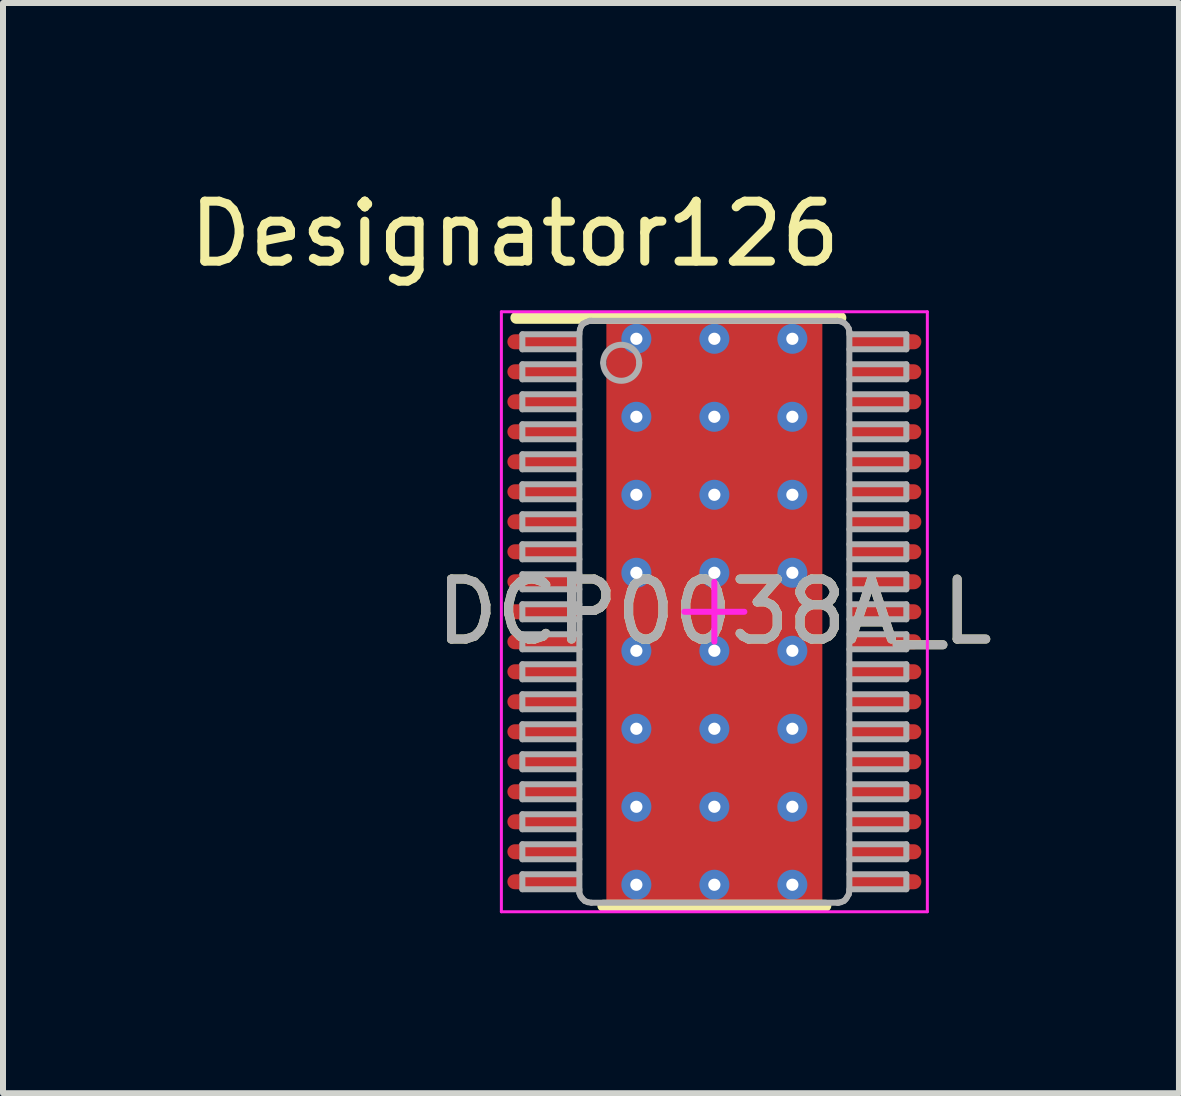
<source format=kicad_pcb>
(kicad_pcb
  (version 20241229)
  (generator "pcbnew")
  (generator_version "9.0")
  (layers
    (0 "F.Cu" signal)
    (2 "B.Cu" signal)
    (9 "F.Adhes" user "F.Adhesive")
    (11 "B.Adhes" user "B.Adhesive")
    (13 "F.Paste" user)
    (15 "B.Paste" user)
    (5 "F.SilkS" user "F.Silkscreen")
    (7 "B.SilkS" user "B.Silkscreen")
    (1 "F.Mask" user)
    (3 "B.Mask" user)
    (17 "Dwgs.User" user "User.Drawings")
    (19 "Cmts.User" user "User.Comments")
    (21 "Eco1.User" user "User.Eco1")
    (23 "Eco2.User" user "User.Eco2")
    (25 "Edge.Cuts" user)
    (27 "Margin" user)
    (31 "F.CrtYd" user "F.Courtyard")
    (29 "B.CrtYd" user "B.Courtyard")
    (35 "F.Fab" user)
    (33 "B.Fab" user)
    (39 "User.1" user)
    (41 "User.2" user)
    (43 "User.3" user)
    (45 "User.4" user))
  (footprint "DCP0038A_L"
    (layer "F.Cu")
    (at 8.857 7.147)
    (property "Reference" "DCP0038A_L" (at 0 0 0) (unlocked yes) (layer "F.SilkS") (effects (font (size 1 1) (thickness 0.15))))
    (attr smd)
    (fp_poly (pts (xy -1.45 2.307) (xy -1.45 -2.307) (xy -1.449 -2.315) (xy -1.447 -2.323) (xy -1.443 -2.331) (xy -1.437 -2.337) (xy -1.431 -2.343) (xy -1.423 -2.347) (xy -1.415 -2.349) (xy -1.407 -2.35) (xy 1.407 -2.35) (xy 1.415 -2.349) (xy 1.423 -2.347) (xy 1.431 -2.343) (xy 1.437 -2.337) (xy 1.443 -2.331) (xy 1.447 -2.323) (xy 1.449 -2.315) (xy 1.45 -2.307) (xy 1.45 2.307) (xy 1.449 2.315) (xy 1.447 2.323) (xy 1.443 2.331) (xy 1.437 2.337) (xy 1.431 2.343) (xy 1.423 2.347) (xy 1.415 2.349) (xy 1.407 2.35) (xy -1.407 2.35) (xy -1.415 2.349) (xy -1.423 2.347) (xy -1.431 2.343) (xy -1.437 2.337) (xy -1.443 2.331) (xy -1.447 2.323) (xy -1.449 2.315)) (stroke (width 0) (type solid)) (fill yes) (layer "F.Mask"))
    (fp_line (start -3.3 -4.9) (end 2.1 -4.9) (stroke (width 0.2) (type solid)) (layer "F.SilkS"))
    (fp_line (start -1.85 4.9) (end 1.85 4.9) (stroke (width 0.2) (type solid)) (layer "F.SilkS"))
    (fp_poly (pts (xy -1.45 2.307) (xy -1.45 -2.307) (xy -1.449 -2.315) (xy -1.447 -2.323) (xy -1.443 -2.331) (xy -1.437 -2.337) (xy -1.431 -2.343) (xy -1.423 -2.347) (xy -1.415 -2.349) (xy -1.407 -2.35) (xy 1.407 -2.35) (xy 1.415 -2.349) (xy 1.423 -2.347) (xy 1.431 -2.343) (xy 1.437 -2.337) (xy 1.443 -2.331) (xy 1.447 -2.323) (xy 1.449 -2.315) (xy 1.45 -2.307) (xy 1.45 2.307) (xy 1.449 2.315) (xy 1.447 2.323) (xy 1.443 2.331) (xy 1.437 2.337) (xy 1.431 2.343) (xy 1.423 2.347) (xy 1.415 2.349) (xy 1.407 2.35) (xy -1.407 2.35) (xy -1.415 2.349) (xy -1.423 2.347) (xy -1.431 2.343) (xy -1.437 2.337) (xy -1.443 2.331) (xy -1.447 2.323) (xy -1.449 2.315)) (stroke (width 0) (type solid)) (fill yes) (layer "F.Paste"))
    (fp_line (start -3.55 -5) (end 3.55 -5) (stroke (width 0.05) (type solid)) (layer "F.CrtYd"))
    (fp_line (start -3.55 5) (end -3.55 -5) (stroke (width 0.05) (type solid)) (layer "F.CrtYd"))
    (fp_line (start -3.55 5) (end 3.55 5) (stroke (width 0.05) (type solid)) (layer "F.CrtYd"))
    (fp_line (start -0.5 0) (end 0.5 0) (stroke (width 0.1) (type solid)) (layer "F.CrtYd"))
    (fp_line (start 0 0.5) (end 0 -0.5) (stroke (width 0.1) (type solid)) (layer "F.CrtYd"))
    (fp_line (start 3.55 5) (end 3.55 -5) (stroke (width 0.05) (type solid)) (layer "F.CrtYd"))
    (fp_line (start -3.2 -4.625) (end -2.25 -4.625) (stroke (width 0.1) (type solid)) (layer "F.Fab"))
    (fp_line (start -3.2 -4.375) (end -3.2 -4.625) (stroke (width 0.1) (type solid)) (layer "F.Fab"))
    (fp_line (start -3.2 -4.375) (end -2.25 -4.375) (stroke (width 0.1) (type solid)) (layer "F.Fab"))
    (fp_line (start -3.2 -4.125) (end -2.25 -4.125) (stroke (width 0.1) (type solid)) (layer "F.Fab"))
    (fp_line (start -3.2 -3.875) (end -3.2 -4.125) (stroke (width 0.1) (type solid)) (layer "F.Fab"))
    (fp_line (start -3.2 -3.875) (end -2.25 -3.875) (stroke (width 0.1) (type solid)) (layer "F.Fab"))
    (fp_line (start -3.2 -3.625) (end -2.25 -3.625) (stroke (width 0.1) (type solid)) (layer "F.Fab"))
    (fp_line (start -3.2 -3.375) (end -3.2 -3.625) (stroke (width 0.1) (type solid)) (layer "F.Fab"))
    (fp_line (start -3.2 -3.375) (end -2.25 -3.375) (stroke (width 0.1) (type solid)) (layer "F.Fab"))
    (fp_line (start -3.2 -3.125) (end -2.25 -3.125) (stroke (width 0.1) (type solid)) (layer "F.Fab"))
    (fp_line (start -3.2 -2.875) (end -3.2 -3.125) (stroke (width 0.1) (type solid)) (layer "F.Fab"))
    (fp_line (start -3.2 -2.875) (end -2.25 -2.875) (stroke (width 0.1) (type solid)) (layer "F.Fab"))
    (fp_line (start -3.2 -2.625) (end -2.25 -2.625) (stroke (width 0.1) (type solid)) (layer "F.Fab"))
    (fp_line (start -3.2 -2.375) (end -3.2 -2.625) (stroke (width 0.1) (type solid)) (layer "F.Fab"))
    (fp_line (start -3.2 -2.375) (end -2.25 -2.375) (stroke (width 0.1) (type solid)) (layer "F.Fab"))
    (fp_line (start -3.2 -2.125) (end -2.25 -2.125) (stroke (width 0.1) (type solid)) (layer "F.Fab"))
    (fp_line (start -3.2 -1.875) (end -3.2 -2.125) (stroke (width 0.1) (type solid)) (layer "F.Fab"))
    (fp_line (start -3.2 -1.875) (end -2.25 -1.875) (stroke (width 0.1) (type solid)) (layer "F.Fab"))
    (fp_line (start -3.2 -1.625) (end -2.25 -1.625) (stroke (width 0.1) (type solid)) (layer "F.Fab"))
    (fp_line (start -3.2 -1.375) (end -3.2 -1.625) (stroke (width 0.1) (type solid)) (layer "F.Fab"))
    (fp_line (start -3.2 -1.375) (end -2.25 -1.375) (stroke (width 0.1) (type solid)) (layer "F.Fab"))
    (fp_line (start -3.2 -1.125) (end -2.25 -1.125) (stroke (width 0.1) (type solid)) (layer "F.Fab"))
    (fp_line (start -3.2 -0.875) (end -3.2 -1.125) (stroke (width 0.1) (type solid)) (layer "F.Fab"))
    (fp_line (start -3.2 -0.875) (end -2.25 -0.875) (stroke (width 0.1) (type solid)) (layer "F.Fab"))
    (fp_line (start -3.2 -0.625) (end -2.25 -0.625) (stroke (width 0.1) (type solid)) (layer "F.Fab"))
    (fp_line (start -3.2 -0.375) (end -3.2 -0.625) (stroke (width 0.1) (type solid)) (layer "F.Fab"))
    (fp_line (start -3.2 -0.375) (end -2.25 -0.375) (stroke (width 0.1) (type solid)) (layer "F.Fab"))
    (fp_line (start -3.2 -0.125) (end -2.25 -0.125) (stroke (width 0.1) (type solid)) (layer "F.Fab"))
    (fp_line (start -3.2 0.125) (end -3.2 -0.125) (stroke (width 0.1) (type solid)) (layer "F.Fab"))
    (fp_line (start -3.2 0.125) (end -2.25 0.125) (stroke (width 0.1) (type solid)) (layer "F.Fab"))
    (fp_line (start -3.2 0.375) (end -2.25 0.375) (stroke (width 0.1) (type solid)) (layer "F.Fab"))
    (fp_line (start -3.2 0.625) (end -3.2 0.375) (stroke (width 0.1) (type solid)) (layer "F.Fab"))
    (fp_line (start -3.2 0.625) (end -2.25 0.625) (stroke (width 0.1) (type solid)) (layer "F.Fab"))
    (fp_line (start -3.2 0.875) (end -2.25 0.875) (stroke (width 0.1) (type solid)) (layer "F.Fab"))
    (fp_line (start -3.2 1.125) (end -3.2 0.875) (stroke (width 0.1) (type solid)) (layer "F.Fab"))
    (fp_line (start -3.2 1.125) (end -2.25 1.125) (stroke (width 0.1) (type solid)) (layer "F.Fab"))
    (fp_line (start -3.2 1.375) (end -2.25 1.375) (stroke (width 0.1) (type solid)) (layer "F.Fab"))
    (fp_line (start -3.2 1.625) (end -3.2 1.375) (stroke (width 0.1) (type solid)) (layer "F.Fab"))
    (fp_line (start -3.2 1.625) (end -2.25 1.625) (stroke (width 0.1) (type solid)) (layer "F.Fab"))
    (fp_line (start -3.2 1.875) (end -2.25 1.875) (stroke (width 0.1) (type solid)) (layer "F.Fab"))
    (fp_line (start -3.2 2.125) (end -3.2 1.875) (stroke (width 0.1) (type solid)) (layer "F.Fab"))
    (fp_line (start -3.2 2.125) (end -2.25 2.125) (stroke (width 0.1) (type solid)) (layer "F.Fab"))
    (fp_line (start -3.2 2.375) (end -2.25 2.375) (stroke (width 0.1) (type solid)) (layer "F.Fab"))
    (fp_line (start -3.2 2.625) (end -3.2 2.375) (stroke (width 0.1) (type solid)) (layer "F.Fab"))
    (fp_line (start -3.2 2.625) (end -2.25 2.625) (stroke (width 0.1) (type solid)) (layer "F.Fab"))
    (fp_line (start -3.2 2.875) (end -2.25 2.875) (stroke (width 0.1) (type solid)) (layer "F.Fab"))
    (fp_line (start -3.2 3.125) (end -3.2 2.875) (stroke (width 0.1) (type solid)) (layer "F.Fab"))
    (fp_line (start -3.2 3.125) (end -2.25 3.125) (stroke (width 0.1) (type solid)) (layer "F.Fab"))
    (fp_line (start -3.2 3.375) (end -2.25 3.375) (stroke (width 0.1) (type solid)) (layer "F.Fab"))
    (fp_line (start -3.2 3.625) (end -3.2 3.375) (stroke (width 0.1) (type solid)) (layer "F.Fab"))
    (fp_line (start -3.2 3.625) (end -2.25 3.625) (stroke (width 0.1) (type solid)) (layer "F.Fab"))
    (fp_line (start -3.2 3.875) (end -2.25 3.875) (stroke (width 0.1) (type solid)) (layer "F.Fab"))
    (fp_line (start -3.2 4.125) (end -3.2 3.875) (stroke (width 0.1) (type solid)) (layer "F.Fab"))
    (fp_line (start -3.2 4.125) (end -2.25 4.125) (stroke (width 0.1) (type solid)) (layer "F.Fab"))
    (fp_line (start -3.2 4.375) (end -2.25 4.375) (stroke (width 0.1) (type solid)) (layer "F.Fab"))
    (fp_line (start -3.2 4.625) (end -3.2 4.375) (stroke (width 0.1) (type solid)) (layer "F.Fab"))
    (fp_line (start -3.2 4.625) (end -2.25 4.625) (stroke (width 0.1) (type solid)) (layer "F.Fab"))
    (fp_line (start -2.25 -4.65) (end -2.24 -4.71) (stroke (width 0.1) (type solid)) (layer "F.Fab"))
    (fp_line (start -2.25 4.65) (end -2.25 -4.65) (stroke (width 0.1) (type solid)) (layer "F.Fab"))
    (fp_line (start -2.25 4.65) (end -2.25 4.69) (stroke (width 0.1) (type solid)) (layer "F.Fab"))
    (fp_line (start -2.25 4.69) (end -2.23 4.74) (stroke (width 0.1) (type solid)) (layer "F.Fab"))
    (fp_line (start -2.24 -4.71) (end -2.22 -4.76) (stroke (width 0.1) (type solid)) (layer "F.Fab"))
    (fp_line (start -2.23 4.74) (end -2.2 4.78) (stroke (width 0.1) (type solid)) (layer "F.Fab"))
    (fp_line (start -2.22 -4.76) (end -2.19 -4.8) (stroke (width 0.1) (type solid)) (layer "F.Fab"))
    (fp_line (start -2.2 4.78) (end -2.16 4.82) (stroke (width 0.1) (type solid)) (layer "F.Fab"))
    (fp_line (start -2.19 -4.8) (end -2.13 -4.83) (stroke (width 0.1) (type solid)) (layer "F.Fab"))
    (fp_line (start -2.16 4.82) (end -2.11 4.84) (stroke (width 0.1) (type solid)) (layer "F.Fab"))
    (fp_line (start -2.13 -4.83) (end -2.08 -4.85) (stroke (width 0.1) (type solid)) (layer "F.Fab"))
    (fp_line (start -2.11 4.84) (end -2.05 4.85) (stroke (width 0.1) (type solid)) (layer "F.Fab"))
    (fp_line (start -2.08 -4.85) (end -2.05 -4.85) (stroke (width 0.1) (type solid)) (layer "F.Fab"))
    (fp_line (start -2.05 4.85) (end 2.05 4.85) (stroke (width 0.1) (type solid)) (layer "F.Fab"))
    (fp_line (start -2.05 -4.85) (end 2.05 -4.85) (stroke (width 0.1) (type solid)) (layer "F.Fab"))
    (fp_line (start 2.05 4.85) (end 2.07 4.85) (stroke (width 0.1) (type solid)) (layer "F.Fab"))
    (fp_line (start 2.05 -4.85) (end 2.11 -4.84) (stroke (width 0.1) (type solid)) (layer "F.Fab"))
    (fp_line (start 2.07 4.85) (end 2.11 4.84) (stroke (width 0.1) (type solid)) (layer "F.Fab"))
    (fp_line (start 2.11 -4.84) (end 2.17 -4.81) (stroke (width 0.1) (type solid)) (layer "F.Fab"))
    (fp_line (start 2.11 4.84) (end 2.16 4.82) (stroke (width 0.1) (type solid)) (layer "F.Fab"))
    (fp_line (start 2.16 4.82) (end 2.19 4.79) (stroke (width 0.1) (type solid)) (layer "F.Fab"))
    (fp_line (start 2.17 -4.81) (end 2.21 -4.77) (stroke (width 0.1) (type solid)) (layer "F.Fab"))
    (fp_line (start 2.19 4.79) (end 2.21 4.76) (stroke (width 0.1) (type solid)) (layer "F.Fab"))
    (fp_line (start 2.21 -4.77) (end 2.24 -4.72) (stroke (width 0.1) (type solid)) (layer "F.Fab"))
    (fp_line (start 2.21 4.76) (end 2.24 4.71) (stroke (width 0.1) (type solid)) (layer "F.Fab"))
    (fp_line (start 2.24 -4.72) (end 2.25 -4.67) (stroke (width 0.1) (type solid)) (layer "F.Fab"))
    (fp_line (start 2.24 4.71) (end 2.25 4.65) (stroke (width 0.1) (type solid)) (layer "F.Fab"))
    (fp_line (start 2.25 4.65) (end 2.25 -4.65) (stroke (width 0.1) (type solid)) (layer "F.Fab"))
    (fp_line (start 2.25 -4.65) (end 2.25 -4.67) (stroke (width 0.1) (type solid)) (layer "F.Fab"))
    (fp_line (start 2.25 -4.625) (end 3.2 -4.625) (stroke (width 0.1) (type solid)) (layer "F.Fab"))
    (fp_line (start 2.25 -4.375) (end 3.2 -4.375) (stroke (width 0.1) (type solid)) (layer "F.Fab"))
    (fp_line (start 2.25 -4.125) (end 3.2 -4.125) (stroke (width 0.1) (type solid)) (layer "F.Fab"))
    (fp_line (start 2.25 -3.875) (end 3.2 -3.875) (stroke (width 0.1) (type solid)) (layer "F.Fab"))
    (fp_line (start 2.25 -3.625) (end 3.2 -3.625) (stroke (width 0.1) (type solid)) (layer "F.Fab"))
    (fp_line (start 2.25 -3.375) (end 3.2 -3.375) (stroke (width 0.1) (type solid)) (layer "F.Fab"))
    (fp_line (start 2.25 -3.125) (end 3.2 -3.125) (stroke (width 0.1) (type solid)) (layer "F.Fab"))
    (fp_line (start 2.25 -2.875) (end 3.2 -2.875) (stroke (width 0.1) (type solid)) (layer "F.Fab"))
    (fp_line (start 2.25 -2.625) (end 3.2 -2.625) (stroke (width 0.1) (type solid)) (layer "F.Fab"))
    (fp_line (start 2.25 -2.375) (end 3.2 -2.375) (stroke (width 0.1) (type solid)) (layer "F.Fab"))
    (fp_line (start 2.25 -2.125) (end 3.2 -2.125) (stroke (width 0.1) (type solid)) (layer "F.Fab"))
    (fp_line (start 2.25 -1.875) (end 3.2 -1.875) (stroke (width 0.1) (type solid)) (layer "F.Fab"))
    (fp_line (start 2.25 -1.625) (end 3.2 -1.625) (stroke (width 0.1) (type solid)) (layer "F.Fab"))
    (fp_line (start 2.25 -1.375) (end 3.2 -1.375) (stroke (width 0.1) (type solid)) (layer "F.Fab"))
    (fp_line (start 2.25 -1.125) (end 3.2 -1.125) (stroke (width 0.1) (type solid)) (layer "F.Fab"))
    (fp_line (start 2.25 -0.875) (end 3.2 -0.875) (stroke (width 0.1) (type solid)) (layer "F.Fab"))
    (fp_line (start 2.25 -0.625) (end 3.2 -0.625) (stroke (width 0.1) (type solid)) (layer "F.Fab"))
    (fp_line (start 2.25 -0.375) (end 3.2 -0.375) (stroke (width 0.1) (type solid)) (layer "F.Fab"))
    (fp_line (start 2.25 -0.125) (end 3.2 -0.125) (stroke (width 0.1) (type solid)) (layer "F.Fab"))
    (fp_line (start 2.25 0.125) (end 3.2 0.125) (stroke (width 0.1) (type solid)) (layer "F.Fab"))
    (fp_line (start 2.25 0.375) (end 3.2 0.375) (stroke (width 0.1) (type solid)) (layer "F.Fab"))
    (fp_line (start 2.25 0.625) (end 3.2 0.625) (stroke (width 0.1) (type solid)) (layer "F.Fab"))
    (fp_line (start 2.25 0.875) (end 3.2 0.875) (stroke (width 0.1) (type solid)) (layer "F.Fab"))
    (fp_line (start 2.25 1.125) (end 3.2 1.125) (stroke (width 0.1) (type solid)) (layer "F.Fab"))
    (fp_line (start 2.25 1.375) (end 3.2 1.375) (stroke (width 0.1) (type solid)) (layer "F.Fab"))
    (fp_line (start 2.25 1.625) (end 3.2 1.625) (stroke (width 0.1) (type solid)) (layer "F.Fab"))
    (fp_line (start 2.25 1.875) (end 3.2 1.875) (stroke (width 0.1) (type solid)) (layer "F.Fab"))
    (fp_line (start 2.25 2.125) (end 3.2 2.125) (stroke (width 0.1) (type solid)) (layer "F.Fab"))
    (fp_line (start 2.25 2.375) (end 3.2 2.375) (stroke (width 0.1) (type solid)) (layer "F.Fab"))
    (fp_line (start 2.25 2.625) (end 3.2 2.625) (stroke (width 0.1) (type solid)) (layer "F.Fab"))
    (fp_line (start 2.25 2.875) (end 3.2 2.875) (stroke (width 0.1) (type solid)) (layer "F.Fab"))
    (fp_line (start 2.25 3.125) (end 3.2 3.125) (stroke (width 0.1) (type solid)) (layer "F.Fab"))
    (fp_line (start 2.25 3.375) (end 3.2 3.375) (stroke (width 0.1) (type solid)) (layer "F.Fab"))
    (fp_line (start 2.25 3.625) (end 3.2 3.625) (stroke (width 0.1) (type solid)) (layer "F.Fab"))
    (fp_line (start 2.25 3.875) (end 3.2 3.875) (stroke (width 0.1) (type solid)) (layer "F.Fab"))
    (fp_line (start 2.25 4.125) (end 3.2 4.125) (stroke (width 0.1) (type solid)) (layer "F.Fab"))
    (fp_line (start 2.25 4.375) (end 3.2 4.375) (stroke (width 0.1) (type solid)) (layer "F.Fab"))
    (fp_line (start 2.25 4.625) (end 3.2 4.625) (stroke (width 0.1) (type solid)) (layer "F.Fab"))
    (fp_line (start 3.2 -4.375) (end 3.2 -4.625) (stroke (width 0.1) (type solid)) (layer "F.Fab"))
    (fp_line (start 3.2 -3.875) (end 3.2 -4.125) (stroke (width 0.1) (type solid)) (layer "F.Fab"))
    (fp_line (start 3.2 -3.375) (end 3.2 -3.625) (stroke (width 0.1) (type solid)) (layer "F.Fab"))
    (fp_line (start 3.2 -2.875) (end 3.2 -3.125) (stroke (width 0.1) (type solid)) (layer "F.Fab"))
    (fp_line (start 3.2 -2.375) (end 3.2 -2.625) (stroke (width 0.1) (type solid)) (layer "F.Fab"))
    (fp_line (start 3.2 -1.875) (end 3.2 -2.125) (stroke (width 0.1) (type solid)) (layer "F.Fab"))
    (fp_line (start 3.2 -1.375) (end 3.2 -1.625) (stroke (width 0.1) (type solid)) (layer "F.Fab"))
    (fp_line (start 3.2 -0.875) (end 3.2 -1.125) (stroke (width 0.1) (type solid)) (layer "F.Fab"))
    (fp_line (start 3.2 -0.375) (end 3.2 -0.625) (stroke (width 0.1) (type solid)) (layer "F.Fab"))
    (fp_line (start 3.2 0.125) (end 3.2 -0.125) (stroke (width 0.1) (type solid)) (layer "F.Fab"))
    (fp_line (start 3.2 0.625) (end 3.2 0.375) (stroke (width 0.1) (type solid)) (layer "F.Fab"))
    (fp_line (start 3.2 1.125) (end 3.2 0.875) (stroke (width 0.1) (type solid)) (layer "F.Fab"))
    (fp_line (start 3.2 1.625) (end 3.2 1.375) (stroke (width 0.1) (type solid)) (layer "F.Fab"))
    (fp_line (start 3.2 2.125) (end 3.2 1.875) (stroke (width 0.1) (type solid)) (layer "F.Fab"))
    (fp_line (start 3.2 2.625) (end 3.2 2.375) (stroke (width 0.1) (type solid)) (layer "F.Fab"))
    (fp_line (start 3.2 3.125) (end 3.2 2.875) (stroke (width 0.1) (type solid)) (layer "F.Fab"))
    (fp_line (start 3.2 3.625) (end 3.2 3.375) (stroke (width 0.1) (type solid)) (layer "F.Fab"))
    (fp_line (start 3.2 4.125) (end 3.2 3.875) (stroke (width 0.1) (type solid)) (layer "F.Fab"))
    (fp_line (start 3.2 4.625) (end 3.2 4.375) (stroke (width 0.1) (type solid)) (layer "F.Fab"))
    (fp_arc (start -1.852386 -4.149976) (mid -1.552387 -4.449976) (end -1.252388 -4.149976) (stroke (width 0.1) (type solid)) (layer "F.Fab"))
    (fp_arc (start -1.252388 -4.149976) (mid -1.552387 -3.849977) (end -1.852386 -4.149976) (stroke (width 0.1) (type solid)) (layer "F.Fab"))
    (fp_text user "Designator126" (at -3.327 -6.299 0) (unlocked yes) (layer "F.SilkS") (effects (font (size 1 1) (thickness 0.15))))
    (fp_text user "${REFERENCE}" (at 0 0 0) (unlocked yes) (layer "F.Fab") (effects (font (size 1 1) (thickness 0.15))))
    (pad "1" smd oval (at -2.85 -4.5 90) (size 0.25 1.2) (layers "F.Cu" "F.Mask" "F.Paste"))
    (pad "2" smd oval (at -2.85 -4 90) (size 0.25 1.2) (layers "F.Cu" "F.Mask" "F.Paste"))
    (pad "3" smd oval (at -2.85 -3.5 90) (size 0.25 1.2) (layers "F.Cu" "F.Mask" "F.Paste"))
    (pad "4" smd oval (at -2.85 -3 90) (size 0.25 1.2) (layers "F.Cu" "F.Mask" "F.Paste"))
    (pad "5" smd oval (at -2.85 -2.5 90) (size 0.25 1.2) (layers "F.Cu" "F.Mask" "F.Paste"))
    (pad "6" smd oval (at -2.85 -2 90) (size 0.25 1.2) (layers "F.Cu" "F.Mask" "F.Paste"))
    (pad "7" smd oval (at -2.85 -1.5 90) (size 0.25 1.2) (layers "F.Cu" "F.Mask" "F.Paste"))
    (pad "8" smd oval (at -2.85 -1 90) (size 0.25 1.2) (layers "F.Cu" "F.Mask" "F.Paste"))
    (pad "9" smd oval (at -2.85 -0.5 90) (size 0.25 1.2) (layers "F.Cu" "F.Mask" "F.Paste"))
    (pad "10" smd oval (at -2.85 0 90) (size 0.25 1.2) (layers "F.Cu" "F.Mask" "F.Paste"))
    (pad "11" smd oval (at -2.85 0.5 90) (size 0.25 1.2) (layers "F.Cu" "F.Mask" "F.Paste"))
    (pad "12" smd oval (at -2.85 1 90) (size 0.25 1.2) (layers "F.Cu" "F.Mask" "F.Paste"))
    (pad "13" smd oval (at -2.85 1.5 90) (size 0.25 1.2) (layers "F.Cu" "F.Mask" "F.Paste"))
    (pad "14" smd oval (at -2.85 2 90) (size 0.25 1.2) (layers "F.Cu" "F.Mask" "F.Paste"))
    (pad "15" smd oval (at -2.85 2.5 90) (size 0.25 1.2) (layers "F.Cu" "F.Mask" "F.Paste"))
    (pad "16" smd oval (at -2.85 3 90) (size 0.25 1.2) (layers "F.Cu" "F.Mask" "F.Paste"))
    (pad "17" smd oval (at -2.85 3.5 90) (size 0.25 1.2) (layers "F.Cu" "F.Mask" "F.Paste"))
    (pad "18" smd oval (at -2.85 4 90) (size 0.25 1.2) (layers "F.Cu" "F.Mask" "F.Paste"))
    (pad "19" smd oval (at -2.85 4.5 90) (size 0.25 1.2) (layers "F.Cu" "F.Mask" "F.Paste"))
    (pad "20" smd oval (at 2.85 4.5 90) (size 0.25 1.2) (layers "F.Cu" "F.Mask" "F.Paste"))
    (pad "21" smd oval (at 2.85 4 90) (size 0.25 1.2) (layers "F.Cu" "F.Mask" "F.Paste"))
    (pad "22" smd oval (at 2.85 3.5 90) (size 0.25 1.2) (layers "F.Cu" "F.Mask" "F.Paste"))
    (pad "23" smd oval (at 2.85 3 90) (size 0.25 1.2) (layers "F.Cu" "F.Mask" "F.Paste"))
    (pad "24" smd oval (at 2.85 2.5 90) (size 0.25 1.2) (layers "F.Cu" "F.Mask" "F.Paste"))
    (pad "25" smd oval (at 2.85 2 90) (size 0.25 1.2) (layers "F.Cu" "F.Mask" "F.Paste"))
    (pad "26" smd oval (at 2.85 1.5 90) (size 0.25 1.2) (layers "F.Cu" "F.Mask" "F.Paste"))
    (pad "27" smd oval (at 2.85 1 90) (size 0.25 1.2) (layers "F.Cu" "F.Mask" "F.Paste"))
    (pad "28" smd oval (at 2.85 0.5 90) (size 0.25 1.2) (layers "F.Cu" "F.Mask" "F.Paste"))
    (pad "29" smd oval (at 2.85 0 90) (size 0.25 1.2) (layers "F.Cu" "F.Mask" "F.Paste"))
    (pad "30" smd oval (at 2.85 -0.5 90) (size 0.25 1.2) (layers "F.Cu" "F.Mask" "F.Paste"))
    (pad "31" smd oval (at 2.85 -1 90) (size 0.25 1.2) (layers "F.Cu" "F.Mask" "F.Paste"))
    (pad "32" smd oval (at 2.85 -1.5 90) (size 0.25 1.2) (layers "F.Cu" "F.Mask" "F.Paste"))
    (pad "33" smd oval (at 2.85 -2 90) (size 0.25 1.2) (layers "F.Cu" "F.Mask" "F.Paste"))
    (pad "34" smd oval (at 2.85 -2.5 90) (size 0.25 1.2) (layers "F.Cu" "F.Mask" "F.Paste"))
    (pad "35" smd oval (at 2.85 -3 90) (size 0.25 1.2) (layers "F.Cu" "F.Mask" "F.Paste"))
    (pad "36" smd oval (at 2.85 -3.5 90) (size 0.25 1.2) (layers "F.Cu" "F.Mask" "F.Paste"))
    (pad "37" smd oval (at 2.85 -4 90) (size 0.25 1.2) (layers "F.Cu" "F.Mask" "F.Paste"))
    (pad "38" smd oval (at 2.85 -4.5 90) (size 0.25 1.2) (layers "F.Cu" "F.Mask" "F.Paste"))
    (pad "39" smd rect (at 0 0) (size 3.6 9.7) (layers "F.Cu"))
    (pad "V" thru_hole circle (at -1.3 -4.55) (size 0.5 0.5) (drill 0.203) (layers "*.Cu" "*.Mask"))
    (pad "V" thru_hole circle (at -1.3 -3.25) (size 0.5 0.5) (drill 0.203) (layers "*.Cu" "*.Mask"))
    (pad "V" thru_hole circle (at -1.3 -1.95) (size 0.5 0.5) (drill 0.203) (layers "*.Cu" "*.Mask"))
    (pad "V" thru_hole circle (at -1.3 -0.65) (size 0.5 0.5) (drill 0.203) (layers "*.Cu" "*.Mask"))
    (pad "V" thru_hole circle (at -1.3 0.65) (size 0.5 0.5) (drill 0.203) (layers "*.Cu" "*.Mask"))
    (pad "V" thru_hole circle (at -1.3 1.95) (size 0.5 0.5) (drill 0.203) (layers "*.Cu" "*.Mask"))
    (pad "V" thru_hole circle (at -1.3 3.25) (size 0.5 0.5) (drill 0.203) (layers "*.Cu" "*.Mask"))
    (pad "V" thru_hole circle (at -1.3 4.55) (size 0.5 0.5) (drill 0.203) (layers "*.Cu" "*.Mask"))
    (pad "V" thru_hole circle (at 0 -4.55) (size 0.5 0.5) (drill 0.203) (layers "*.Cu" "*.Mask"))
    (pad "V" thru_hole circle (at 0 -3.25) (size 0.5 0.5) (drill 0.203) (layers "*.Cu" "*.Mask"))
    (pad "V" thru_hole circle (at 0 -1.95) (size 0.5 0.5) (drill 0.203) (layers "*.Cu" "*.Mask"))
    (pad "V" thru_hole circle (at 0 -0.65) (size 0.5 0.5) (drill 0.203) (layers "*.Cu" "*.Mask"))
    (pad "V" thru_hole circle (at 0 0.65) (size 0.5 0.5) (drill 0.203) (layers "*.Cu" "*.Mask"))
    (pad "V" thru_hole circle (at 0 1.95) (size 0.5 0.5) (drill 0.203) (layers "*.Cu" "*.Mask"))
    (pad "V" thru_hole circle (at 0 3.25) (size 0.5 0.5) (drill 0.203) (layers "*.Cu" "*.Mask"))
    (pad "V" thru_hole circle (at 0 4.55) (size 0.5 0.5) (drill 0.203) (layers "*.Cu" "*.Mask"))
    (pad "V" thru_hole circle (at 1.3 -4.55) (size 0.5 0.5) (drill 0.203) (layers "*.Cu" "*.Mask"))
    (pad "V" thru_hole circle (at 1.3 -3.25) (size 0.5 0.5) (drill 0.203) (layers "*.Cu" "*.Mask"))
    (pad "V" thru_hole circle (at 1.3 -1.95) (size 0.5 0.5) (drill 0.203) (layers "*.Cu" "*.Mask"))
    (pad "V" thru_hole circle (at 1.3 -0.65) (size 0.5 0.5) (drill 0.203) (layers "*.Cu" "*.Mask"))
    (pad "V" thru_hole circle (at 1.3 0.65) (size 0.5 0.5) (drill 0.203) (layers "*.Cu" "*.Mask"))
    (pad "V" thru_hole circle (at 1.3 1.95) (size 0.5 0.5) (drill 0.203) (layers "*.Cu" "*.Mask"))
    (pad "V" thru_hole circle (at 1.3 3.25) (size 0.5 0.5) (drill 0.203) (layers "*.Cu" "*.Mask"))
    (pad "V" thru_hole circle (at 1.3 4.55) (size 0.5 0.5) (drill 0.203) (layers "*.Cu" "*.Mask")))
  (gr_rect
    (start -3 -3)
    (end 16.601 15.172)
    (stroke (width 0.1) (type default))
    (fill no)
    (layer "Edge.Cuts")))
</source>
